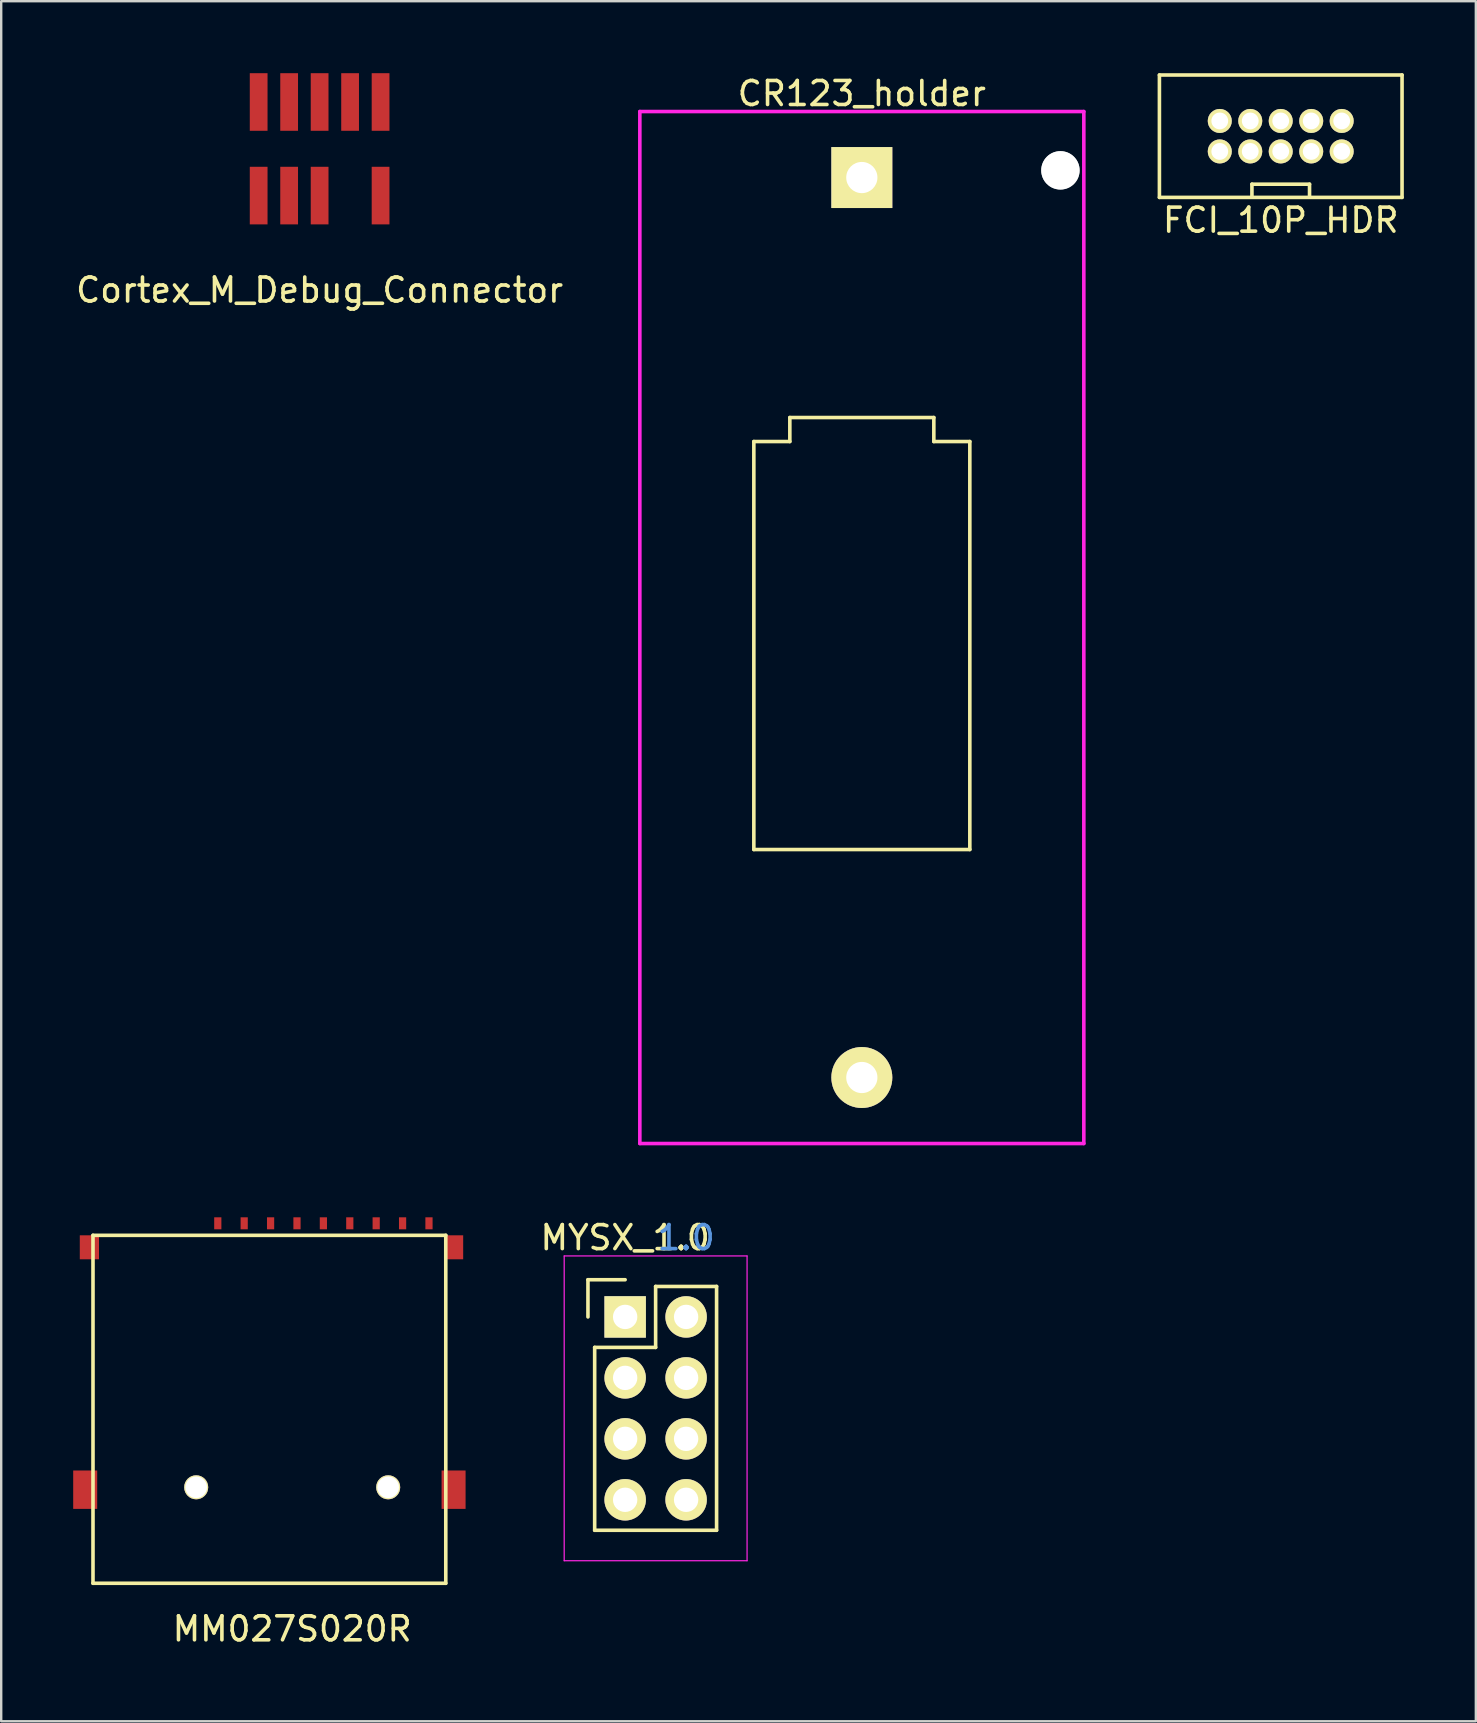
<source format=kicad_pcb>
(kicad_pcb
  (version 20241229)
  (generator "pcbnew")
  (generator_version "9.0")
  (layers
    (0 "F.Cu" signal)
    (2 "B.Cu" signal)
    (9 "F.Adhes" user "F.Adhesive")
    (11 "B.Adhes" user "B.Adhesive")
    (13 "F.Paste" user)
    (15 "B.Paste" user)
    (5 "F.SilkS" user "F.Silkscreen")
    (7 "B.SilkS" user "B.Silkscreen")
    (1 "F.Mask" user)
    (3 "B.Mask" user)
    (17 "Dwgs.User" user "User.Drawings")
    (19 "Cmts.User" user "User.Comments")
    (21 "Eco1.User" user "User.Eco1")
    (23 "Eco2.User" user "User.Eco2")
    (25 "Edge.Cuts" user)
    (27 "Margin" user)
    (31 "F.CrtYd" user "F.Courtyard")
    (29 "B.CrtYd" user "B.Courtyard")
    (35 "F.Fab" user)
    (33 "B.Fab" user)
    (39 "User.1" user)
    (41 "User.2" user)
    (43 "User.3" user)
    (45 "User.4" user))
  (footprint "Cortex_M_Debug_Connector"
    (layer "F.Cu")
    (at 10.268 3.195)
    (property "Reference" "Cortex_M_Debug_Connector" (at 0 5.842 0) (layer "F.SilkS") (effects (font (size 1 1) (thickness 0.15))))
    (attr through_hole)
    (pad "1" smd rect (at -2.54 1.905) (size 0.74 2.4) (layers "F.Cu" "F.Mask" "F.Paste"))
    (pad "2" smd rect (at -2.54 -1.995) (size 0.74 2.4) (layers "F.Cu" "F.Mask" "F.Paste"))
    (pad "3" smd rect (at -1.27 1.905) (size 0.74 2.4) (layers "F.Cu" "F.Mask" "F.Paste"))
    (pad "4" smd rect (at -1.27 -1.995) (size 0.74 2.4) (layers "F.Cu" "F.Mask" "F.Paste"))
    (pad "5" smd rect (at 0 1.905) (size 0.74 2.4) (layers "F.Cu" "F.Mask" "F.Paste"))
    (pad "6" smd rect (at 0 -1.995) (size 0.74 2.4) (layers "F.Cu" "F.Mask" "F.Paste"))
    (pad "8" smd rect (at 1.27 -1.995) (size 0.74 2.4) (layers "F.Cu" "F.Mask" "F.Paste"))
    (pad "9" smd rect (at 2.54 1.905) (size 0.74 2.4) (layers "F.Cu" "F.Mask" "F.Paste"))
    (pad "10" smd rect (at 2.54 -1.995) (size 0.74 2.4) (layers "F.Cu" "F.Mask" "F.Paste")))
  (footprint "CR123_holder"
    (layer "F.Cu")
    (at 32.861 4.348)
    (property "Reference" "CR123_holder" (at 0 -3.5 0) (layer "F.SilkS") (effects (font (size 1 1) (thickness 0.15))))
    (attr through_hole)
    (fp_line (start -4.5 11) (end -4.5 28) (stroke (width 0.15) (type solid)) (layer "F.SilkS"))
    (fp_line (start -4.5 28) (end 4.5 28) (stroke (width 0.15) (type solid)) (layer "F.SilkS"))
    (fp_line (start -3 10) (end -3 11) (stroke (width 0.15) (type solid)) (layer "F.SilkS"))
    (fp_line (start -3 11) (end -4.5 11) (stroke (width 0.15) (type solid)) (layer "F.SilkS"))
    (fp_line (start 3 10) (end -3 10) (stroke (width 0.15) (type solid)) (layer "F.SilkS"))
    (fp_line (start 3 11) (end 3 10) (stroke (width 0.15) (type solid)) (layer "F.SilkS"))
    (fp_line (start 4.5 11) (end 3 11) (stroke (width 0.15) (type solid)) (layer "F.SilkS"))
    (fp_line (start 4.5 28) (end 4.5 11) (stroke (width 0.15) (type solid)) (layer "F.SilkS"))
    (fp_line (start -9.25 -2.75) (end -9.25 40.25) (stroke (width 0.15) (type solid)) (layer "F.CrtYd"))
    (fp_line (start -9.25 -2.75) (end 9.25 -2.75) (stroke (width 0.15) (type solid)) (layer "F.CrtYd"))
    (fp_line (start -9.25 40.25) (end 9.25 40.25) (stroke (width 0.15) (type solid)) (layer "F.CrtYd"))
    (fp_line (start 9.25 -2.75) (end 9.25 40.25) (stroke (width 0.15) (type solid)) (layer "F.CrtYd"))
    (pad "" np_thru_hole circle (at 8.275 -0.3) (size 1.6 1.6) (drill 1.6) (layers "*.Cu" "Dwgs.User"))
    (pad "1" thru_hole rect (at 0 0) (size 2.54 2.54) (drill 1.3) (layers "*.Cu" "*.Mask" "F.SilkS"))
    (pad "2" thru_hole circle (at 0 37.5) (size 2.54 2.54) (drill 1.3) (layers "*.Cu" "*.Mask" "F.SilkS")))
  (footprint "FCI_10P_HDR"
    (layer "F.Cu")
    (at 50.316 2.625)
    (property "Reference" "FCI_10P_HDR" (at 0 3.5 0) (layer "F.SilkS") (effects (font (size 1 1) (thickness 0.15))))
    (attr through_hole)
    (fp_line (start -5.055 -2.55) (end 5.055 -2.55) (stroke (width 0.15) (type solid)) (layer "F.SilkS"))
    (fp_line (start -5.055 2.55) (end -5.055 -2.55) (stroke (width 0.15) (type solid)) (layer "F.SilkS"))
    (fp_line (start -1.2 2) (end -1.2 2.5) (stroke (width 0.15) (type solid)) (layer "F.SilkS"))
    (fp_line (start -1.2 2) (end 1.2 2) (stroke (width 0.15) (type solid)) (layer "F.SilkS"))
    (fp_line (start 1.2 2) (end 1.2 2.5) (stroke (width 0.15) (type solid)) (layer "F.SilkS"))
    (fp_line (start 5.055 -2.55) (end 5.055 2.55) (stroke (width 0.15) (type solid)) (layer "F.SilkS"))
    (fp_line (start 5.055 2.55) (end -5.055 2.55) (stroke (width 0.15) (type solid)) (layer "F.SilkS"))
    (pad "1" thru_hole circle (at -2.54 0.635) (size 1 1) (drill 0.7) (layers "*.Cu" "*.Mask" "F.SilkS"))
    (pad "2" thru_hole circle (at -2.54 -0.635) (size 1 1) (drill 0.7) (layers "*.Cu" "*.Mask" "F.SilkS"))
    (pad "3" thru_hole circle (at -1.27 0.635) (size 1 1) (drill 0.7) (layers "*.Cu" "*.Mask" "F.SilkS"))
    (pad "4" thru_hole circle (at -1.27 -0.635) (size 1 1) (drill 0.7) (layers "*.Cu" "*.Mask" "F.SilkS"))
    (pad "5" thru_hole circle (at 0 0.635) (size 1 1) (drill 0.7) (layers "*.Cu" "*.Mask" "F.SilkS"))
    (pad "6" thru_hole circle (at 0 -0.635) (size 1 1) (drill 0.7) (layers "*.Cu" "*.Mask" "F.SilkS"))
    (pad "7" thru_hole circle (at 1.27 0.635) (size 1 1) (drill 0.7) (layers "*.Cu" "*.Mask" "F.SilkS"))
    (pad "8" thru_hole circle (at 1.27 -0.635) (size 1 1) (drill 0.7) (layers "*.Cu" "*.Mask" "F.SilkS"))
    (pad "9" thru_hole circle (at 2.54 0.635) (size 1 1) (drill 0.7) (layers "*.Cu" "*.Mask" "F.SilkS"))
    (pad "10" thru_hole circle (at 2.54 -0.635) (size 1 1) (drill 0.7) (layers "*.Cu" "*.Mask" "F.SilkS")))
  (footprint "MYSX_1.0"
    (layer "F.Cu")
    (at 22.999 51.824)
    (property "Reference" "MYSX_1.0" (at 0 -3.302 0) (layer "F.SilkS") (effects (font (size 1 1) (thickness 0.15))))
    (attr through_hole)
    (fp_line (start -1.55 -1.55) (end -1.55 0) (stroke (width 0.15) (type solid)) (layer "F.SilkS"))
    (fp_line (start -1.27 1.27) (end -1.27 8.89) (stroke (width 0.15) (type solid)) (layer "F.SilkS"))
    (fp_line (start -1.27 8.89) (end 3.81 8.89) (stroke (width 0.15) (type solid)) (layer "F.SilkS"))
    (fp_line (start 0 -1.55) (end -1.55 -1.55) (stroke (width 0.15) (type solid)) (layer "F.SilkS"))
    (fp_line (start 1.27 -1.27) (end 1.27 1.27) (stroke (width 0.15) (type solid)) (layer "F.SilkS"))
    (fp_line (start 1.27 1.27) (end -1.27 1.27) (stroke (width 0.15) (type solid)) (layer "F.SilkS"))
    (fp_line (start 3.81 -1.27) (end 1.27 -1.27) (stroke (width 0.15) (type solid)) (layer "F.SilkS"))
    (fp_line (start 3.81 8.89) (end 3.81 -1.27) (stroke (width 0.15) (type solid)) (layer "F.SilkS"))
    (fp_line (start -2.54 -2.54) (end -2.54 10.16) (stroke (width 0.05) (type solid)) (layer "F.CrtYd"))
    (fp_line (start -2.54 -2.54) (end 5.08 -2.54) (stroke (width 0.05) (type solid)) (layer "F.CrtYd"))
    (fp_line (start -2.54 10.16) (end 5.08 10.16) (stroke (width 0.05) (type solid)) (layer "F.CrtYd"))
    (fp_line (start 5.08 -2.54) (end 5.08 10.16) (stroke (width 0.05) (type solid)) (layer "F.CrtYd"))
    (fp_text user "1.0" (at 2.54 -3.302 0) (layer "Cmts.User") (effects (font (size 1 1) (thickness 0.15))))
    (pad "1" thru_hole rect (at 0 0) (size 1.727 1.727) (drill 1.016) (layers "*.Cu" "*.Mask" "F.SilkS"))
    (pad "2" thru_hole oval (at 2.54 0) (size 1.727 1.727) (drill 1.016) (layers "*.Cu" "*.Mask" "F.SilkS"))
    (pad "3" thru_hole oval (at 0 2.54) (size 1.727 1.727) (drill 1.016) (layers "*.Cu" "*.Mask" "F.SilkS"))
    (pad "4" thru_hole oval (at 2.54 2.54) (size 1.727 1.727) (drill 1.016) (layers "*.Cu" "*.Mask" "F.SilkS"))
    (pad "5" thru_hole oval (at 0 5.08) (size 1.727 1.727) (drill 1.016) (layers "*.Cu" "*.Mask" "F.SilkS"))
    (pad "6" thru_hole oval (at 2.54 5.08) (size 1.727 1.727) (drill 1.016) (layers "*.Cu" "*.Mask" "F.SilkS"))
    (pad "7" thru_hole oval (at 0 7.62) (size 1.727 1.727) (drill 1.016) (layers "*.Cu" "*.Mask" "F.SilkS"))
    (pad "8" thru_hole oval (at 2.54 7.62) (size 1.727 1.727) (drill 1.016) (layers "*.Cu" "*.Mask" "F.SilkS")))
  (footprint "MM027S020R"
    (layer "F.Cu")
    (at 9.125 58.923)
    (property "Reference" "MM027S020R" (at 0 5.9 0) (layer "F.SilkS") (effects (font (size 1 1) (thickness 0.15))))
    (attr through_hole)
    (fp_line (start -8.3 -10.5) (end -8.3 4) (stroke (width 0.15) (type solid)) (layer "F.SilkS"))
    (fp_line (start -8.3 -10.5) (end 6.4 -10.5) (stroke (width 0.15) (type solid)) (layer "F.SilkS"))
    (fp_line (start -8.3 4) (end 6.4 4) (stroke (width 0.15) (type solid)) (layer "F.SilkS"))
    (fp_line (start 6.4 -10.5) (end 6.4 4) (stroke (width 0.15) (type solid)) (layer "F.SilkS"))
    (pad "1" smd rect (at -3.1 -11) (size 0.3 0.5) (layers "F.Cu" "F.Mask" "F.Paste"))
    (pad "2" smd rect (at -2 -11) (size 0.3 0.5) (layers "F.Cu" "F.Mask" "F.Paste"))
    (pad "3" smd rect (at -0.9 -11) (size 0.3 0.5) (layers "F.Cu" "F.Mask" "F.Paste"))
    (pad "4" smd rect (at 0.2 -11) (size 0.3 0.5) (layers "F.Cu" "F.Mask" "F.Paste"))
    (pad "5" smd rect (at 1.3 -11) (size 0.3 0.5) (layers "F.Cu" "F.Mask" "F.Paste"))
    (pad "6" smd rect (at 2.4 -11) (size 0.3 0.5) (layers "F.Cu" "F.Mask" "F.Paste"))
    (pad "7" smd rect (at 3.5 -11) (size 0.3 0.5) (layers "F.Cu" "F.Mask" "F.Paste"))
    (pad "8" smd rect (at 4.6 -11) (size 0.3 0.5) (layers "F.Cu" "F.Mask" "F.Paste"))
    (pad "9" smd rect (at 5.7 -11) (size 0.3 0.5) (layers "F.Cu" "F.Mask" "F.Paste"))
    (pad "10" smd rect (at -8.625 0.1) (size 1 1.6) (layers "F.Cu" "F.Mask" "F.Paste"))
    (pad "10" smd rect (at -8.45 -10) (size 0.8 1) (layers "F.Cu" "F.Mask" "F.Paste"))
    (pad "10" thru_hole circle (at -4 0) (size 1 1) (drill 0.9) (layers "*.Mask" "F.Cu" "F.SilkS"))
    (pad "10" thru_hole circle (at 4 0) (size 1 1) (drill 0.9) (layers "*.Mask" "F.Cu" "F.SilkS"))
    (pad "10" smd rect (at 6.725 -10) (size 0.8 1) (layers "F.Cu" "F.Mask" "F.Paste"))
    (pad "10" smd rect (at 6.725 0.1) (size 1 1.6) (layers "F.Cu" "F.Mask" "F.Paste")))
  (gr_rect
    (start -3 -3)
    (end 58.446 68.671)
    (stroke (width 0.1) (type default))
    (fill no)
    (layer "Edge.Cuts")))
</source>
